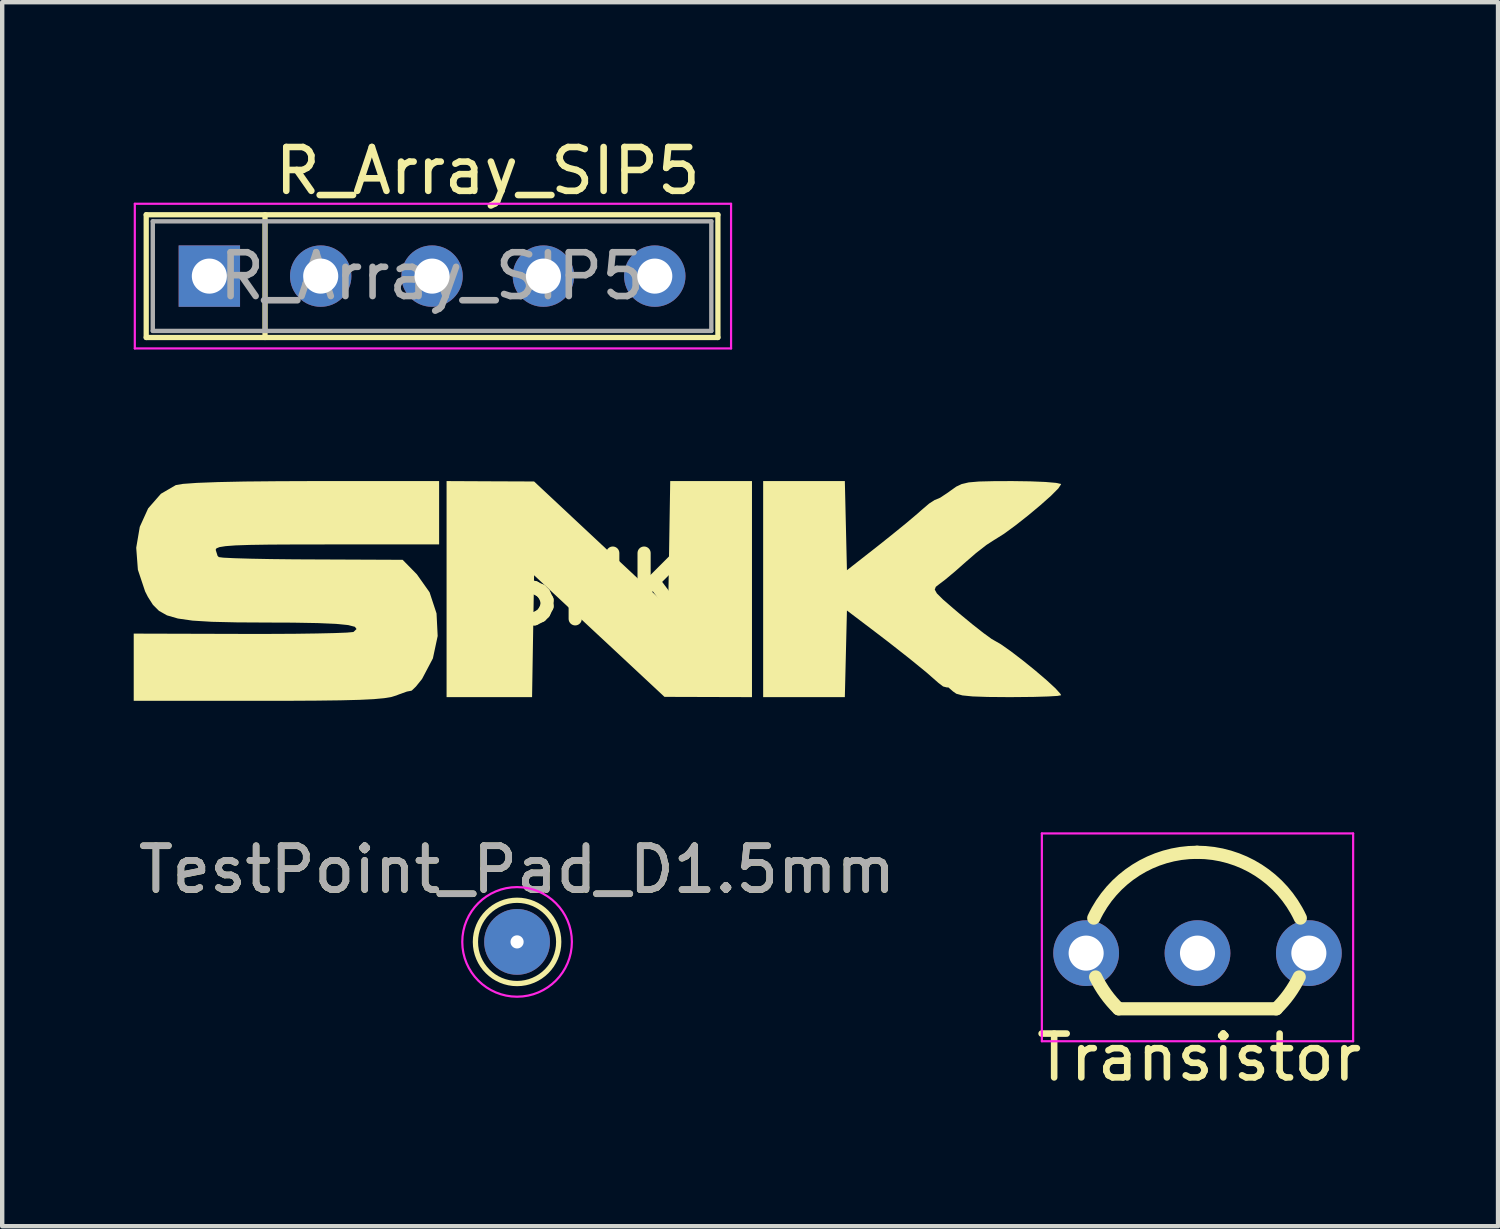
<source format=kicad_pcb>
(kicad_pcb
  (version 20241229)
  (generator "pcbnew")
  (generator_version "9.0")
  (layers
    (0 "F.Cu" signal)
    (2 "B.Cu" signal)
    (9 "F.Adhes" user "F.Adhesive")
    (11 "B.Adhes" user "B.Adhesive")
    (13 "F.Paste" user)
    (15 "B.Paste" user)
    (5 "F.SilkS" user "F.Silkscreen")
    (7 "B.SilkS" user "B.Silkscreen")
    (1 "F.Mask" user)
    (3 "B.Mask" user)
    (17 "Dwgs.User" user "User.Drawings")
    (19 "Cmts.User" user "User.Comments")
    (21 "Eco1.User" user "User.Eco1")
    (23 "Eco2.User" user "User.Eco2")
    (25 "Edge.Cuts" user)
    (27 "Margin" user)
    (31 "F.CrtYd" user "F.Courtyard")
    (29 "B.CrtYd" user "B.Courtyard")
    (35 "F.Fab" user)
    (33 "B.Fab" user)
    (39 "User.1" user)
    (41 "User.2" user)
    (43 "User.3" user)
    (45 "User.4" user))
  (footprint "TestPoint_Pad_D1.5mm"
    (layer "F.Cu")
    (at 8.744 18.434)
    (property "Reference" "TestPoint_Pad_D1.5mm" (at 0 -1.648 0) (layer "F.SilkS") (effects (font (size 1 1) (thickness 0.15))))
    (fp_circle (center 0 0) (end 0 0.95) (stroke (width 0.12) (type solid)) (fill no) (layer "F.SilkS"))
    (fp_circle (center 0 0) (end 1.25 0) (stroke (width 0.05) (type solid)) (fill no) (layer "F.CrtYd"))
    (fp_text user "${REFERENCE}" (at 0 -1.65 0) (layer "F.Fab") (effects (font (size 1 1) (thickness 0.15))))
    (pad "1" thru_hole circle (at 0 0) (size 1.5 1.5) (drill 0.3) (layers "*.Cu" "*.Mask")))
  (footprint "R_Array_SIP5"
    (layer "F.Cu")
    (at 1.725 3.248)
    (property "Reference" "R_Array_SIP5" (at 6.35 -2.4 0) (layer "F.SilkS") (effects (font (size 1 1) (thickness 0.15))))
    (attr through_hole)
    (fp_line (start -1.44 -1.4) (end -1.44 1.4) (stroke (width 0.12) (type solid)) (layer "F.SilkS"))
    (fp_line (start -1.44 1.4) (end 11.6 1.4) (stroke (width 0.12) (type solid)) (layer "F.SilkS"))
    (fp_line (start 1.27 -1.4) (end 1.27 1.4) (stroke (width 0.12) (type solid)) (layer "F.SilkS"))
    (fp_line (start 11.6 -1.4) (end -1.44 -1.4) (stroke (width 0.12) (type solid)) (layer "F.SilkS"))
    (fp_line (start 11.6 1.4) (end 11.6 -1.4) (stroke (width 0.12) (type solid)) (layer "F.SilkS"))
    (fp_line (start -1.7 -1.65) (end -1.7 1.65) (stroke (width 0.05) (type solid)) (layer "F.CrtYd"))
    (fp_line (start -1.7 1.65) (end 11.9 1.65) (stroke (width 0.05) (type solid)) (layer "F.CrtYd"))
    (fp_line (start 11.9 -1.65) (end -1.7 -1.65) (stroke (width 0.05) (type solid)) (layer "F.CrtYd"))
    (fp_line (start 11.9 1.65) (end 11.9 -1.65) (stroke (width 0.05) (type solid)) (layer "F.CrtYd"))
    (fp_line (start -1.29 -1.25) (end -1.29 1.25) (stroke (width 0.1) (type solid)) (layer "F.Fab"))
    (fp_line (start -1.29 1.25) (end 11.45 1.25) (stroke (width 0.1) (type solid)) (layer "F.Fab"))
    (fp_line (start 1.27 -1.25) (end 1.27 1.25) (stroke (width 0.1) (type solid)) (layer "F.Fab"))
    (fp_line (start 11.45 -1.25) (end -1.29 -1.25) (stroke (width 0.1) (type solid)) (layer "F.Fab"))
    (fp_line (start 11.45 1.25) (end 11.45 -1.25) (stroke (width 0.1) (type solid)) (layer "F.Fab"))
    (fp_text user "${REFERENCE}" (at 5.08 0 0) (layer "F.Fab") (effects (font (size 1 1) (thickness 0.15))))
    (pad "1" thru_hole rect (at 0 0) (size 1.4 1.4) (drill 0.8) (layers "*.Cu" "*.Mask"))
    (pad "2" thru_hole circle (at 2.54 0) (size 1.4 1.4) (drill 0.8) (layers "*.Cu" "*.Mask"))
    (pad "3" thru_hole circle (at 5.08 0) (size 1.4 1.4) (drill 0.8) (layers "*.Cu" "*.Mask"))
    (pad "4" thru_hole circle (at 7.62 0) (size 1.4 1.4) (drill 0.8) (layers "*.Cu" "*.Mask"))
    (pad "5" thru_hole circle (at 10.16 0) (size 1.4 1.4) (drill 0.8) (layers "*.Cu" "*.Mask")))
  (footprint "SNK"
    (layer "F.Cu")
    (at 10.534 10.387)
    (property "Reference" "SNK" (at 0 0 0) (layer "F.SilkS") (effects (font (size 1.5 1.5) (thickness 0.3))))
    (attr board_only exclude_from_pos_files exclude_from_bom)
    (fp_poly (pts (xy 3.568 0) (xy 3.568 2.464) (xy 2.57 2.461) (xy 1.572 2.458) (xy 0.085 1.071) (xy -1.402 -0.316) (xy -1.425 1.074) (xy -1.448 2.464) (xy -2.423 2.464) (xy -3.398 2.464) (xy -3.398 0) (xy -3.398 -2.464) (xy -2.4 -2.459) (xy -1.402 -2.455) (xy 0.127 -1.025) (xy 1.657 0.406) (xy 1.68 -1.029) (xy 1.703 -2.464) (xy 2.635 -2.464) (xy 3.568 -2.464)) (stroke (width 0) (type solid)) (fill yes) (layer "F.SilkS"))
    (fp_poly (pts (xy -3.568 -1.741) (xy -3.568 -1.019) (xy -6.116 -1.019) (xy -6.853 -1.018) (xy -7.437 -1.015) (xy -7.885 -1.008) (xy -8.213 -0.997) (xy -8.438 -0.98) (xy -8.577 -0.958) (xy -8.647 -0.93) (xy -8.665 -0.897) (xy -8.621 -0.758) (xy -8.592 -0.73) (xy -8.49 -0.717) (xy -8.243 -0.705) (xy -7.874 -0.694) (xy -7.407 -0.685) (xy -6.867 -0.679) (xy -6.46 -0.677) (xy -4.4 -0.668) (xy -4.076 -0.338) (xy -3.786 0.072) (xy -3.627 0.555) (xy -3.601 1.07) (xy -3.71 1.58) (xy -3.955 2.045) (xy -3.96 2.053) (xy -4.098 2.224) (xy -4.192 2.314) (xy -4.207 2.319) (xy -4.302 2.337) (xy -4.489 2.404) (xy -4.541 2.425) (xy -4.654 2.46) (xy -4.822 2.488) (xy -5.06 2.51) (xy -5.386 2.526) (xy -5.818 2.537) (xy -6.372 2.544) (xy -7.066 2.548) (xy -7.685 2.548) (xy -10.534 2.548) (xy -10.534 1.782) (xy -10.534 1.015) (xy -8.07 1.022) (xy -7.438 1.022) (xy -6.859 1.019) (xy -6.357 1.012) (xy -5.954 1.003) (xy -5.671 0.992) (xy -5.53 0.979) (xy -5.52 0.976) (xy -5.452 0.911) (xy -5.489 0.86) (xy -5.641 0.821) (xy -5.92 0.793) (xy -6.337 0.775) (xy -6.903 0.765) (xy -7.459 0.763) (xy -8.179 0.759) (xy -8.749 0.746) (xy -9.191 0.719) (xy -9.526 0.671) (xy -9.775 0.599) (xy -9.958 0.496) (xy -10.096 0.358) (xy -10.21 0.179) (xy -10.274 0.053) (xy -10.439 -0.441) (xy -10.477 -0.943) (xy -10.396 -1.42) (xy -10.205 -1.841) (xy -9.914 -2.174) (xy -9.573 -2.373) (xy -9.412 -2.4) (xy -9.09 -2.423) (xy -8.616 -2.441) (xy -7.998 -2.454) (xy -7.244 -2.461) (xy -6.451 -2.464) (xy -3.568 -2.464)) (stroke (width 0) (type solid)) (fill yes) (layer "F.SilkS"))
    (fp_poly (pts (xy 5.71 -1.447) (xy 5.734 -0.431) (xy 6.461 -1.001) (xy 6.789 -1.263) (xy 7.094 -1.511) (xy 7.333 -1.713) (xy 7.437 -1.805) (xy 7.611 -1.953) (xy 7.737 -2.034) (xy 7.756 -2.039) (xy 7.863 -2.086) (xy 8.042 -2.205) (xy 8.105 -2.251) (xy 8.228 -2.338) (xy 8.353 -2.397) (xy 8.512 -2.434) (xy 8.742 -2.454) (xy 9.075 -2.462) (xy 9.501 -2.464) (xy 9.915 -2.458) (xy 10.259 -2.444) (xy 10.503 -2.423) (xy 10.615 -2.398) (xy 10.619 -2.392) (xy 10.556 -2.297) (xy 10.388 -2.128) (xy 10.147 -1.914) (xy 9.867 -1.68) (xy 9.58 -1.454) (xy 9.318 -1.262) (xy 9.113 -1.133) (xy 9.09 -1.12) (xy 8.916 -1.007) (xy 8.676 -0.82) (xy 8.453 -0.627) (xy 8.204 -0.407) (xy 7.978 -0.218) (xy 7.841 -0.114) (xy 7.761 -0.052) (xy 7.737 0.011) (xy 7.786 0.099) (xy 7.925 0.237) (xy 8.17 0.449) (xy 8.308 0.566) (xy 8.598 0.805) (xy 8.85 1.003) (xy 9.03 1.134) (xy 9.09 1.169) (xy 9.244 1.257) (xy 9.474 1.419) (xy 9.747 1.628) (xy 10.029 1.856) (xy 10.289 2.078) (xy 10.492 2.265) (xy 10.605 2.391) (xy 10.619 2.421) (xy 10.539 2.436) (xy 10.32 2.449) (xy 9.992 2.459) (xy 9.585 2.463) (xy 9.44 2.464) (xy 8.948 2.46) (xy 8.6 2.448) (xy 8.369 2.425) (xy 8.229 2.387) (xy 8.153 2.334) (xy 8.05 2.244) (xy 8.009 2.242) (xy 7.927 2.221) (xy 7.819 2.138) (xy 7.545 1.898) (xy 7.156 1.581) (xy 6.676 1.204) (xy 6.358 0.961) (xy 5.734 0.488) (xy 5.71 1.476) (xy 5.686 2.464) (xy 4.754 2.464) (xy 3.823 2.464) (xy 3.823 0) (xy 3.823 -2.464) (xy 4.755 -2.464) (xy 5.686 -2.464)) (stroke (width 0) (type solid)) (fill yes) (layer "F.SilkS")))
  (footprint "Transistor"
    (layer "F.Cu")
    (at 24.304 21.57)
    (property "Reference" "Transistor" (at 0 -0.5 0) (unlocked yes) (layer "F.SilkS") (effects (font (size 1 1) (thickness 0.15))))
    (attr through_hole)
    (fp_line (start -1.84 -1.61) (end 1.76 -1.61) (stroke (width 0.3) (type solid)) (layer "F.SilkS"))
    (fp_arc (start -2.4064 -3.678807) (mid -1.446979 -4.772817) (end -0.05 -5.18) (stroke (width 0.3) (type solid)) (layer "F.SilkS"))
    (fp_arc (start -1.84 -1.609328) (mid -2.1339 -1.950002) (end -2.364184 -2.336533) (stroke (width 0.3) (type solid)) (layer "F.SilkS"))
    (fp_arc (start -0.05 -5.18) (mid 1.346979 -4.772818) (end 2.3064 -3.678807) (stroke (width 0.3) (type solid)) (layer "F.SilkS"))
    (fp_arc (start 2.280281 -2.336533) (mid 2.050003 -1.949998) (end 1.756097 -1.609328) (stroke (width 0.3) (type solid)) (layer "F.SilkS"))
    (fp_line (start -3.59 -5.61) (end -3.59 -0.87) (stroke (width 0.05) (type solid)) (layer "F.CrtYd"))
    (fp_line (start -3.59 -5.61) (end 3.51 -5.61) (stroke (width 0.05) (type solid)) (layer "F.CrtYd"))
    (fp_line (start 3.51 -0.87) (end -3.59 -0.87) (stroke (width 0.05) (type solid)) (layer "F.CrtYd"))
    (fp_line (start 3.51 -0.87) (end 3.51 -5.61) (stroke (width 0.05) (type solid)) (layer "F.CrtYd"))
    (pad "1" thru_hole circle (at -2.58 -2.88) (size 1.5 1.5) (drill 0.8) (layers "*.Cu" "*.Mask"))
    (pad "2" thru_hole circle (at -0.04 -2.88) (size 1.5 1.5) (drill 0.8) (layers "*.Cu" "*.Mask"))
    (pad "3" thru_hole circle (at 2.5 -2.88) (size 1.5 1.5) (drill 0.8) (layers "*.Cu" "*.Mask")))
  (gr_rect
    (start -3 -3)
    (end 31.119 24.919)
    (stroke (width 0.1) (type default))
    (fill no)
    (layer "Edge.Cuts")))
</source>
